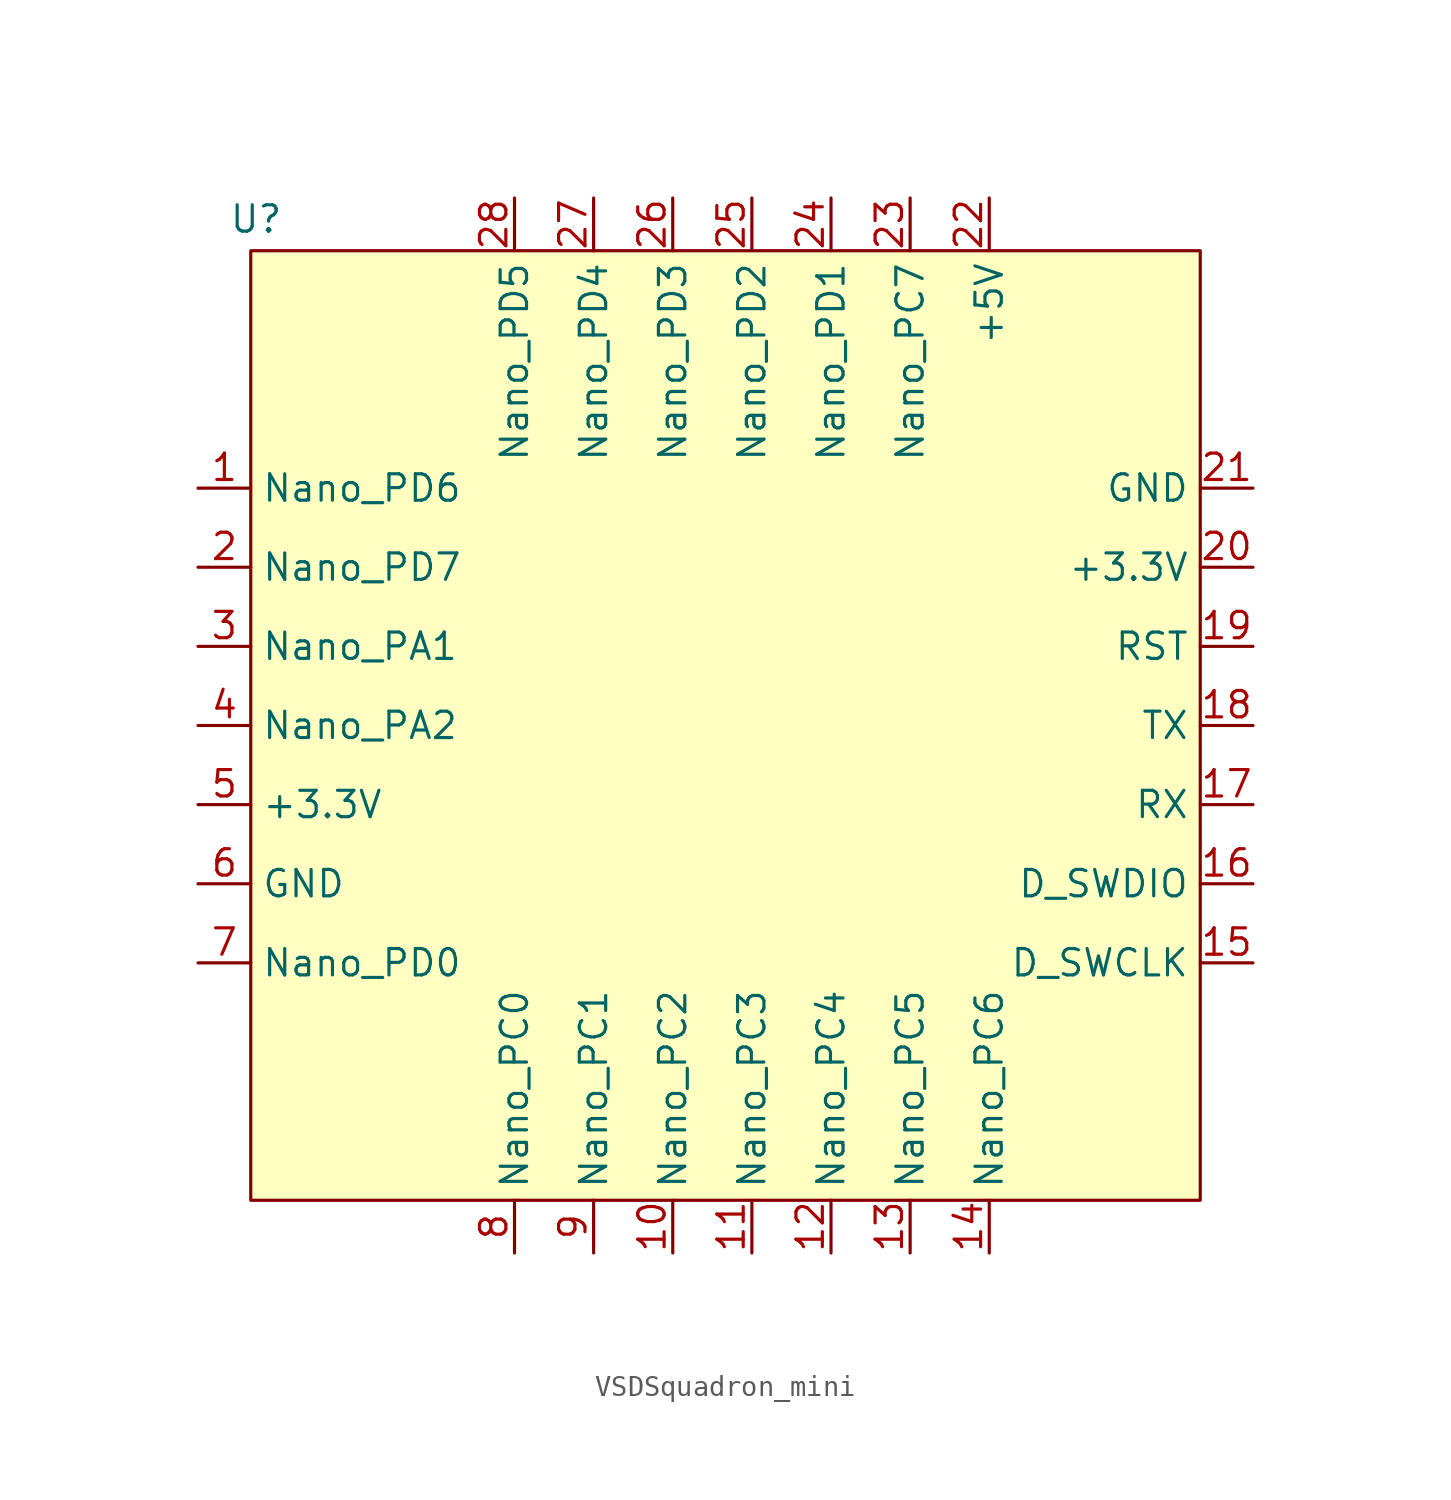
<source format=kicad_sym>
(kicad_symbol_lib
  (version 20231120)
  (generator "kicad_symbol_editor")
  (generator_version "8.0")
  (symbol "VSDSquadron_mini"
    (property "Reference" "U"
      (at 0.254 7.874 0)
      (effects (font (size 1.27 1.27))))
    (property "Value" ""
      (at 0 0 0)
      (effects (font (size 1.27 1.27))))
    (symbol "VSDSquadron_mini_1_0"
      (pin input line (at 20.32 -41.91 90) (length 2.54) (name "Nano_PC2" (effects (font (size 1.27 1.27)))) (number "10" (effects (font (size 1.27 1.27)))))
      (pin input line (at 24.13 -41.91 90) (length 2.54) (name "Nano_PC3" (effects (font (size 1.27 1.27)))) (number "11" (effects (font (size 1.27 1.27)))))
      (pin input line (at 27.94 -41.91 90) (length 2.54) (name "Nano_PC4" (effects (font (size 1.27 1.27)))) (number "12" (effects (font (size 1.27 1.27)))))
      (pin input line (at 31.75 -41.91 90) (length 2.54) (name "Nano_PC5" (effects (font (size 1.27 1.27)))) (number "13" (effects (font (size 1.27 1.27)))))
      (pin input line (at 35.56 -41.91 90) (length 2.54) (name "Nano_PC6" (effects (font (size 1.27 1.27)))) (number "14" (effects (font (size 1.27 1.27)))))
      (pin input line (at 48.26 -27.94 180) (length 2.54) (name "D_SWCLK" (effects (font (size 1.27 1.27)))) (number "15" (effects (font (size 1.27 1.27)))))
      (pin input line (at 48.26 -24.13 180) (length 2.54) (name "D_SWDIO" (effects (font (size 1.27 1.27)))) (number "16" (effects (font (size 1.27 1.27)))))
      (pin input line (at 48.26 -20.32 180) (length 2.54) (name "RX" (effects (font (size 1.27 1.27)))) (number "17" (effects (font (size 1.27 1.27)))))
      (pin input line (at 48.26 -16.51 180) (length 2.54) (name "TX" (effects (font (size 1.27 1.27)))) (number "18" (effects (font (size 1.27 1.27)))))
      (pin input line (at 48.26 -12.7 180) (length 2.54) (name "RST" (effects (font (size 1.27 1.27)))) (number "19" (effects (font (size 1.27 1.27)))))
      (pin power_in line (at 35.56 8.89 270) (length 2.54) (name "+5V" (effects (font (size 1.27 1.27)))) (number "22" (effects (font (size 1.27 1.27)))))
      (pin input line (at 31.75 8.89 270) (length 2.54) (name "Nano_PC7" (effects (font (size 1.27 1.27)))) (number "23" (effects (font (size 1.27 1.27)))))
      (pin input line (at 27.94 8.89 270) (length 2.54) (name "Nano_PD1" (effects (font (size 1.27 1.27)))) (number "24" (effects (font (size 1.27 1.27)))))
      (pin input line (at 24.13 8.89 270) (length 2.54) (name "Nano_PD2" (effects (font (size 1.27 1.27)))) (number "25" (effects (font (size 1.27 1.27)))))
      (pin input line (at 20.32 8.89 270) (length 2.54) (name "Nano_PD3" (effects (font (size 1.27 1.27)))) (number "26" (effects (font (size 1.27 1.27)))))
      (pin input line (at -2.54 -12.7 0) (length 2.54) (name "Nano_PA1" (effects (font (size 1.27 1.27)))) (number "3" (effects (font (size 1.27 1.27)))))
      (pin input line (at -2.54 -16.51 0) (length 2.54) (name "Nano_PA2" (effects (font (size 1.27 1.27)))) (number "4" (effects (font (size 1.27 1.27)))))
      (pin power_in line (at -2.54 -20.32 0) (length 2.54) (name "+3.3V" (effects (font (size 1.27 1.27)))) (number "5" (effects (font (size 1.27 1.27)))))
      (pin power_out line (at -2.54 -24.13 0) (length 2.54) (name "GND" (effects (font (size 1.27 1.27)))) (number "6" (effects (font (size 1.27 1.27)))))
      (pin input line (at -2.54 -27.94 0) (length 2.54) (name "Nano_PD0" (effects (font (size 1.27 1.27)))) (number "7" (effects (font (size 1.27 1.27))))))
    (symbol "VSDSquadron_mini_1_1"
      (rectangle (start 0 6.35) (end 45.72 -39.37) (stroke (width 0) (type default)) (fill (type background)))
      (pin input line (at -2.54 -5.08 0) (length 2.54) (name "Nano_PD6" (effects (font (size 1.27 1.27)))) (number "1" (effects (font (size 1.27 1.27)))))
      (pin input line (at -2.54 -8.89 0) (length 2.54) (name "Nano_PD7" (effects (font (size 1.27 1.27)))) (number "2" (effects (font (size 1.27 1.27)))))
      (pin power_in line (at 48.26 -8.89 180) (length 2.54) (name "+3.3V" (effects (font (size 1.27 1.27)))) (number "20" (effects (font (size 1.27 1.27)))))
      (pin power_out line (at 48.26 -5.08 180) (length 2.54) (name "GND" (effects (font (size 1.27 1.27)))) (number "21" (effects (font (size 1.27 1.27)))))
      (pin input line (at 16.51 8.89 270) (length 2.54) (name "Nano_PD4" (effects (font (size 1.27 1.27)))) (number "27" (effects (font (size 1.27 1.27)))))
      (pin input line (at 12.7 8.89 270) (length 2.54) (name "Nano_PD5" (effects (font (size 1.27 1.27)))) (number "28" (effects (font (size 1.27 1.27)))))
      (pin input line (at 12.7 -41.91 90) (length 2.54) (name "Nano_PC0" (effects (font (size 1.27 1.27)))) (number "8" (effects (font (size 1.27 1.27)))))
      (pin input line (at 16.51 -41.91 90) (length 2.54) (name "Nano_PC1" (effects (font (size 1.27 1.27)))) (number "9" (effects (font (size 1.27 1.27))))))))
</source>
